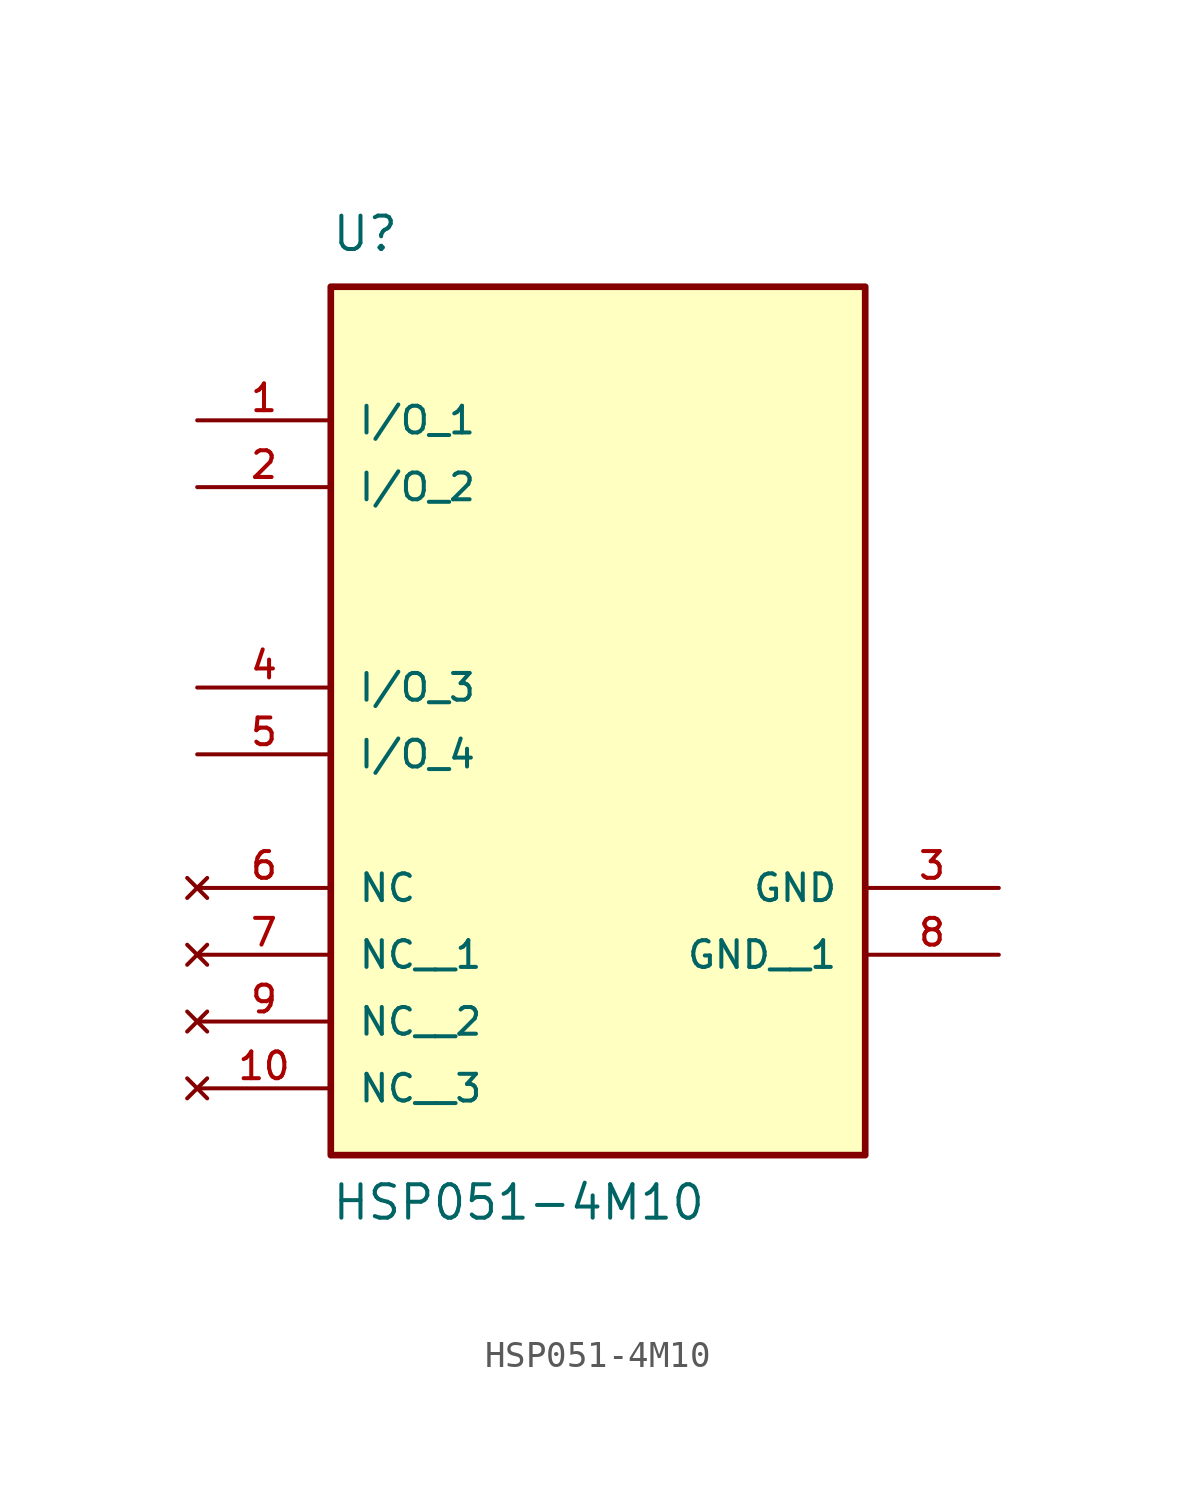
<source format=kicad_sym>
(kicad_symbol_lib
  (version 20211014)
  (generator kicad_symbol_editor)
  (symbol "HSP051-4M10"
    (pin_names
      (offset 1.016))
    (property "Reference" "U"
      (at -10.16 13.97 0)
      (effects (font (size 1.27 1.27)) (justify bottom left)))
    (property "Value" "HSP051-4M10"
      (at -10.16 -22.86 0)
      (effects (font (size 1.27 1.27)) (justify bottom left)))
    (symbol "HSP051-4M10_0_0"
      (rectangle (start -10.16 -20.32) (end 10.16 12.7) (stroke (width 0.254)) (fill (type background)))
      (pin passive line (at -15.24 7.62 0) (length 5.08) (name "I/O_1" (effects (font (size 1.016 1.016)))) (number "1" (effects (font (size 1.016 1.016)))))
      (pin power_in line (at 15.24 -10.16 180.0) (length 5.08) (name "GND" (effects (font (size 1.016 1.016)))) (number "3" (effects (font (size 1.016 1.016)))))
      (pin no_connect line (at -15.24 -10.16 0) (length 5.08) (name "NC" (effects (font (size 1.016 1.016)))) (number "6" (effects (font (size 1.016 1.016)))))
      (pin passive line (at -15.24 5.08 0) (length 5.08) (name "I/O_2" (effects (font (size 1.016 1.016)))) (number "2" (effects (font (size 1.016 1.016)))))
      (pin passive line (at -15.24 -2.54 0) (length 5.08) (name "I/O_3" (effects (font (size 1.016 1.016)))) (number "4" (effects (font (size 1.016 1.016)))))
      (pin passive line (at -15.24 -5.08 0) (length 5.08) (name "I/O_4" (effects (font (size 1.016 1.016)))) (number "5" (effects (font (size 1.016 1.016)))))
      (pin no_connect line (at -15.24 -12.7 0) (length 5.08) (name "NC__1" (effects (font (size 1.016 1.016)))) (number "7" (effects (font (size 1.016 1.016)))))
      (pin no_connect line (at -15.24 -15.24 0) (length 5.08) (name "NC__2" (effects (font (size 1.016 1.016)))) (number "9" (effects (font (size 1.016 1.016)))))
      (pin no_connect line (at -15.24 -17.78 0) (length 5.08) (name "NC__3" (effects (font (size 1.016 1.016)))) (number "10" (effects (font (size 1.016 1.016)))))
      (pin power_in line (at 15.24 -12.7 180.0) (length 5.08) (name "GND__1" (effects (font (size 1.016 1.016)))) (number "8" (effects (font (size 1.016 1.016))))))))
</source>
